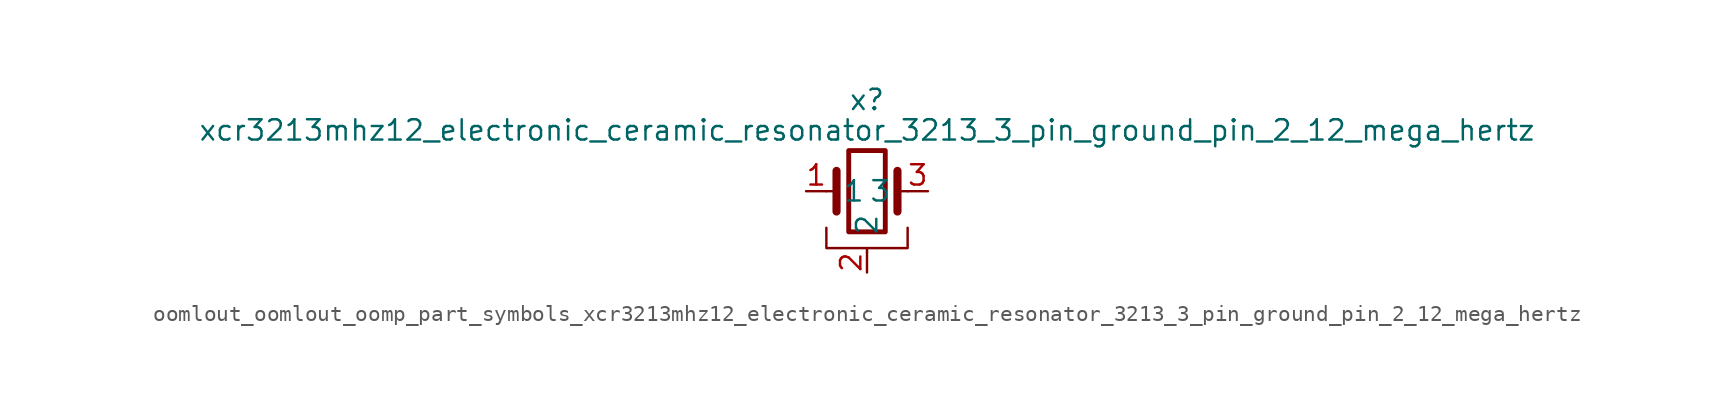
<source format=kicad_sym>
(kicad_symbol_lib
  (version 20220914)
  (generator kicad_symbol_editor)
  (symbol "oomlout_oomlout_oomp_part_symbols_xcr3213mhz12_electronic_ceramic_resonator_3213_3_pin_ground_pin_2_12_mega_hertz"
    (pin_names
      (offset 1.016))
    (property "Reference" "x"
      (at 0 5.715 0)
      (effects (font (size 1.27 1.27))))
    (property "Value" "xcr3213mhz12_electronic_ceramic_resonator_3213_3_pin_ground_pin_2_12_mega_hertz"
      (at 0 3.81 0)
      (effects (font (size 1.27 1.27))))
    (symbol "oomlout_oomlout_oomp_part_symbols_xcr3213mhz12_electronic_ceramic_resonator_3213_3_pin_ground_pin_2_12_mega_hertz_0_1"
      (rectangle (start -1.143 2.54) (end 1.143 -2.54) (stroke (width 0.305) (type default)) (fill (type none)))
      (polyline (pts (xy -2.54 0) (xy -1.905 0)) (stroke (width 0) (type default)) (fill (type none)))
      (polyline (pts (xy -1.905 -1.27) (xy -1.905 1.27)) (stroke (width 0.508) (type default)) (fill (type none)))
      (polyline (pts (xy 0 -3.81) (xy 0 -3.556)) (stroke (width 0) (type default)) (fill (type none)))
      (polyline (pts (xy 1.905 0) (xy 2.54 0)) (stroke (width 0) (type default)) (fill (type none)))
      (polyline (pts (xy 1.905 1.27) (xy 1.905 -1.27)) (stroke (width 0.508) (type default)) (fill (type none)))
      (polyline (pts (xy -2.54 -2.286) (xy -2.54 -3.556) (xy 2.54 -3.556) (xy 2.54 -2.286)) (stroke (width 0) (type default)) (fill (type none))))
    (symbol "oomlout_oomlout_oomp_part_symbols_xcr3213mhz12_electronic_ceramic_resonator_3213_3_pin_ground_pin_2_12_mega_hertz_1_1"
      (pin passive line (at -3.81 0 0) (length 1.27) (name "1" (effects (font (size 1.27 1.27)))) (number "1" (effects (font (size 1.27 1.27)))))
      (pin passive line (at 0 -5.08 90) (length 1.27) (name "2" (effects (font (size 1.27 1.27)))) (number "2" (effects (font (size 1.27 1.27)))))
      (pin passive line (at 3.81 0 180) (length 1.27) (name "3" (effects (font (size 1.27 1.27)))) (number "3" (effects (font (size 1.27 1.27))))))))
</source>
